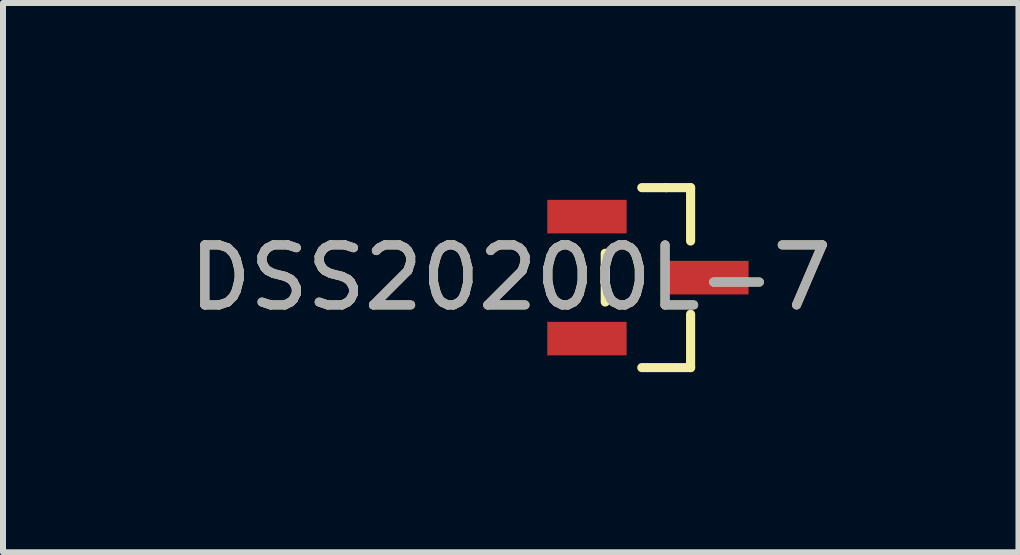
<source format=kicad_pcb>
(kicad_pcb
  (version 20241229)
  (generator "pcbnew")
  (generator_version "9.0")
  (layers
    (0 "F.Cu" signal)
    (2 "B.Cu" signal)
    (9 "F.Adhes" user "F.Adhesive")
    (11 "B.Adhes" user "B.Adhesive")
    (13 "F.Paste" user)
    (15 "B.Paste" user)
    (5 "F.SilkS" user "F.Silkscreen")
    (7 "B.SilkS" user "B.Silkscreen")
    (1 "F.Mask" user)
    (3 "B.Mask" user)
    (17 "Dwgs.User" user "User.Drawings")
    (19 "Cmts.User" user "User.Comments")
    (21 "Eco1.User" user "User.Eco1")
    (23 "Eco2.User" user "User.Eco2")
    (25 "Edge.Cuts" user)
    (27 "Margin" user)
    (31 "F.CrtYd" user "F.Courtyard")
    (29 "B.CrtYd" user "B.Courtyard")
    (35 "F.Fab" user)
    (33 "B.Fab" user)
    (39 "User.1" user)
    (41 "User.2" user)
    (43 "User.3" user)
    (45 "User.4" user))
  (footprint "DSS20200L-7"
    (layer "F.Cu")
    (at 7.744 1.575)
    (property "Reference" "DSS20200L-7" (at -2.286 0 0) (layer "F.SilkS") (effects (font (size 1 1) (thickness 0.15))))
    (attr smd)
    (fp_line (start -0.711 -0.406) (end -0.711 0.406) (stroke (width 0.152) (type solid)) (layer "F.SilkS"))
    (fp_line (start -0.102 1.499) (end 0.711 1.499) (stroke (width 0.152) (type solid)) (layer "F.SilkS"))
    (fp_line (start 0.305 -1.499) (end -0.102 -1.499) (stroke (width 0.152) (type solid)) (layer "F.SilkS"))
    (fp_line (start 0.711 -1.499) (end 0.305 -1.499) (stroke (width 0.152) (type solid)) (layer "F.SilkS"))
    (fp_line (start 0.711 -0.61) (end 0.711 -1.499) (stroke (width 0.152) (type solid)) (layer "F.SilkS"))
    (fp_line (start 0.711 1.499) (end 0.711 0.61) (stroke (width 0.152) (type solid)) (layer "F.SilkS"))
    (fp_text user "${REFERENCE}" (at -2.286 0 0) (layer "F.Fab") (effects (font (size 1 1) (thickness 0.15))))
    (pad "1" smd rect (at -1.016 -1.016 90) (size 0.559 1.321) (layers "F.Cu" "F.Mask" "F.Paste"))
    (pad "2" smd rect (at -1.016 1.016 90) (size 0.559 1.321) (layers "F.Cu" "F.Mask" "F.Paste"))
    (pad "3" smd rect (at 1.016 0 90) (size 0.559 1.321) (layers "F.Cu" "F.Mask" "F.Paste")))
  (gr_rect
    (start -3 -3)
    (end 13.917 6.15)
    (stroke (width 0.1) (type default))
    (fill no)
    (layer "Edge.Cuts")))
</source>
